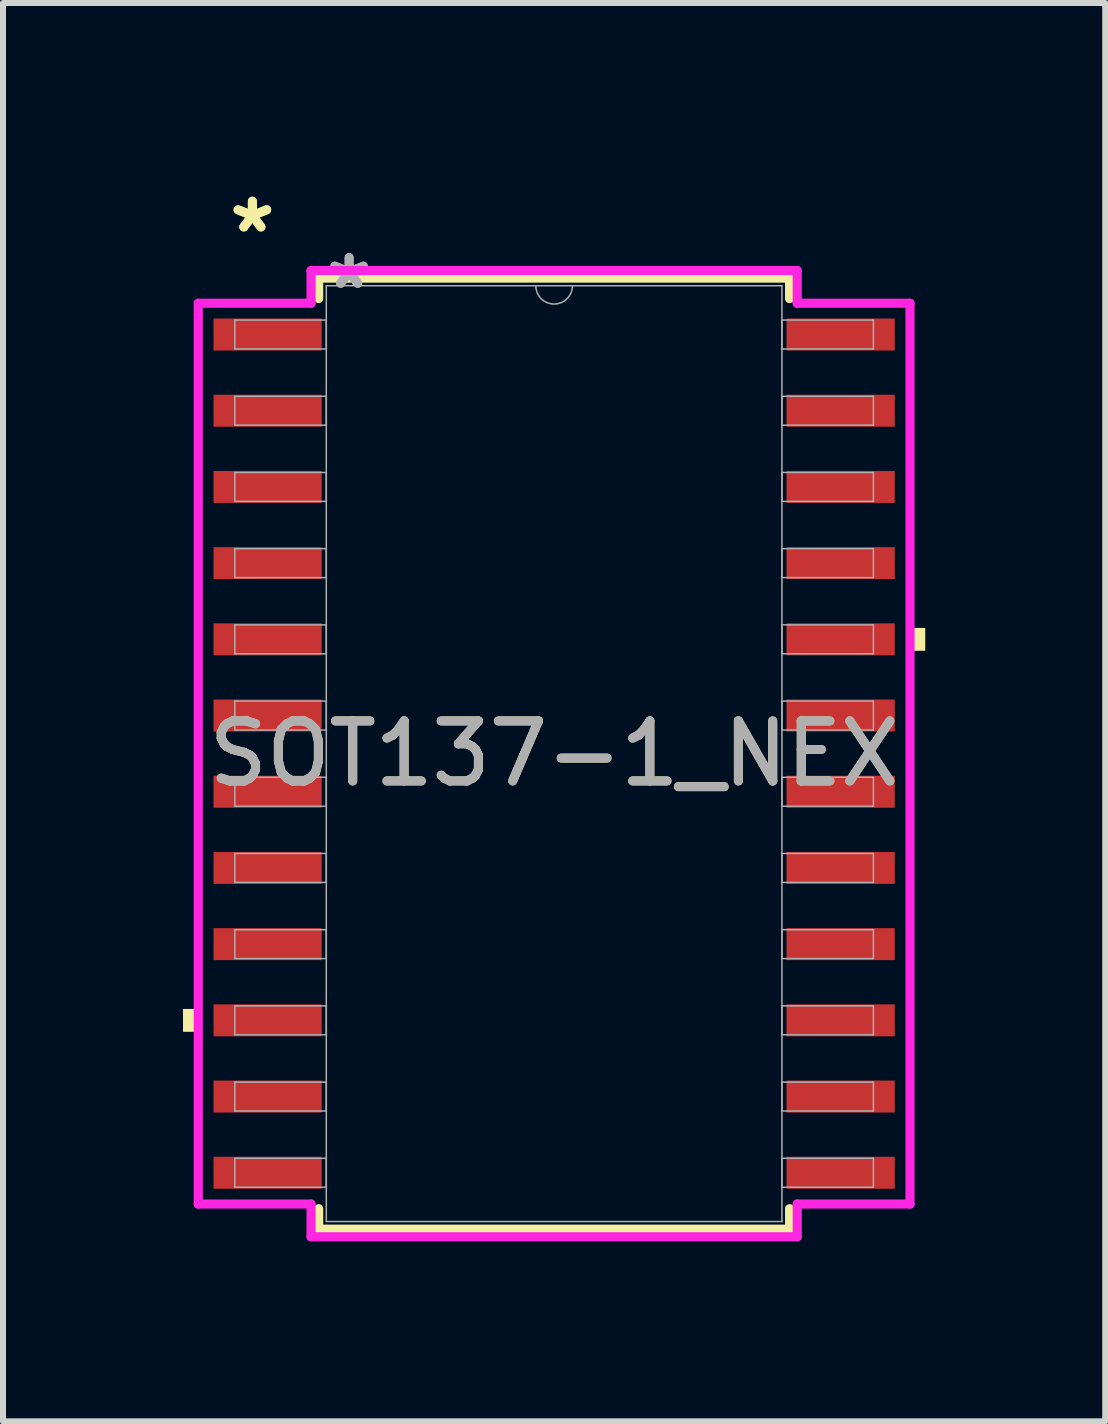
<source format=kicad_pcb>
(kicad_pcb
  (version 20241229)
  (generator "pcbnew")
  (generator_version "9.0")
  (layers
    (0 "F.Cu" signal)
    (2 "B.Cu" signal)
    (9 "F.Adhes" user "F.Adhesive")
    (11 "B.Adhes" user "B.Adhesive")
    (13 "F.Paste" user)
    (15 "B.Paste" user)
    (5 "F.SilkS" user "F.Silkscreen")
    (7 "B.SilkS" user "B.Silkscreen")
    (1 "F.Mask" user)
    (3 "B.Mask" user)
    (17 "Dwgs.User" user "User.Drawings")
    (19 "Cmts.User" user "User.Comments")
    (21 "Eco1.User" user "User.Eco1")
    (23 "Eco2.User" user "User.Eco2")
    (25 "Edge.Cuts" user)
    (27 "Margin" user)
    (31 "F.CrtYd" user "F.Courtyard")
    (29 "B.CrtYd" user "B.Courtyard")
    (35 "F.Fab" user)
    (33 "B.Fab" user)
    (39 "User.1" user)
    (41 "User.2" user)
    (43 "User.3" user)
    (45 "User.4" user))
  (footprint "SOT137-1_NEX"
    (layer "F.Cu")
    (at 6.185 9.51)
    (property "Reference" "SOT137-1_NEX" (at 0 0 0) (unlocked yes) (layer "F.SilkS") (effects (font (size 1 1) (thickness 0.15))))
    (attr smd)
    (fp_line (start -3.924 -7.925) (end -3.924 -7.584) (stroke (width 0.152) (type solid)) (layer "F.SilkS"))
    (fp_line (start -3.924 7.584) (end -3.924 7.925) (stroke (width 0.152) (type solid)) (layer "F.SilkS"))
    (fp_line (start -3.924 7.925) (end 3.924 7.925) (stroke (width 0.152) (type solid)) (layer "F.SilkS"))
    (fp_line (start 3.924 -7.925) (end -3.924 -7.925) (stroke (width 0.152) (type solid)) (layer "F.SilkS"))
    (fp_line (start 3.924 -7.584) (end 3.924 -7.925) (stroke (width 0.152) (type solid)) (layer "F.SilkS"))
    (fp_line (start 3.924 7.925) (end 3.924 7.584) (stroke (width 0.152) (type solid)) (layer "F.SilkS"))
    (fp_poly (pts (xy -6.185 4.255) (xy -6.185 4.636) (xy -5.931 4.636) (xy -5.931 4.255)) (stroke (width 0) (type solid)) (fill yes) (layer "F.SilkS"))
    (fp_poly (pts (xy 6.185 -2.095) (xy 6.185 -1.714) (xy 5.931 -1.714) (xy 5.931 -2.095)) (stroke (width 0) (type solid)) (fill yes) (layer "F.SilkS"))
    (fp_line (start -5.931 -7.506) (end -4.051 -7.506) (stroke (width 0.152) (type solid)) (layer "F.CrtYd"))
    (fp_line (start -5.931 7.506) (end -5.931 -7.506) (stroke (width 0.152) (type solid)) (layer "F.CrtYd"))
    (fp_line (start -5.931 7.506) (end -4.051 7.506) (stroke (width 0.152) (type solid)) (layer "F.CrtYd"))
    (fp_line (start -4.051 -8.052) (end 4.051 -8.052) (stroke (width 0.152) (type solid)) (layer "F.CrtYd"))
    (fp_line (start -4.051 -7.506) (end -4.051 -8.052) (stroke (width 0.152) (type solid)) (layer "F.CrtYd"))
    (fp_line (start -4.051 8.052) (end -4.051 7.506) (stroke (width 0.152) (type solid)) (layer "F.CrtYd"))
    (fp_line (start 4.051 -8.052) (end 4.051 -7.506) (stroke (width 0.152) (type solid)) (layer "F.CrtYd"))
    (fp_line (start 4.051 7.506) (end 4.051 8.052) (stroke (width 0.152) (type solid)) (layer "F.CrtYd"))
    (fp_line (start 4.051 8.052) (end -4.051 8.052) (stroke (width 0.152) (type solid)) (layer "F.CrtYd"))
    (fp_line (start 5.931 -7.506) (end 4.051 -7.506) (stroke (width 0.152) (type solid)) (layer "F.CrtYd"))
    (fp_line (start 5.931 -7.506) (end 5.931 7.506) (stroke (width 0.152) (type solid)) (layer "F.CrtYd"))
    (fp_line (start 5.931 7.506) (end 4.051 7.506) (stroke (width 0.152) (type solid)) (layer "F.CrtYd"))
    (fp_line (start -5.321 -7.226) (end -5.321 -6.744) (stroke (width 0.025) (type solid)) (layer "F.Fab"))
    (fp_line (start -5.321 -6.744) (end -3.797 -6.744) (stroke (width 0.025) (type solid)) (layer "F.Fab"))
    (fp_line (start -5.321 -5.956) (end -5.321 -5.474) (stroke (width 0.025) (type solid)) (layer "F.Fab"))
    (fp_line (start -5.321 -5.474) (end -3.797 -5.474) (stroke (width 0.025) (type solid)) (layer "F.Fab"))
    (fp_line (start -5.321 -4.686) (end -5.321 -4.204) (stroke (width 0.025) (type solid)) (layer "F.Fab"))
    (fp_line (start -5.321 -4.204) (end -3.797 -4.204) (stroke (width 0.025) (type solid)) (layer "F.Fab"))
    (fp_line (start -5.321 -3.416) (end -5.321 -2.934) (stroke (width 0.025) (type solid)) (layer "F.Fab"))
    (fp_line (start -5.321 -2.934) (end -3.797 -2.934) (stroke (width 0.025) (type solid)) (layer "F.Fab"))
    (fp_line (start -5.321 -2.146) (end -5.321 -1.664) (stroke (width 0.025) (type solid)) (layer "F.Fab"))
    (fp_line (start -5.321 -1.664) (end -3.797 -1.664) (stroke (width 0.025) (type solid)) (layer "F.Fab"))
    (fp_line (start -5.321 -0.876) (end -5.321 -0.394) (stroke (width 0.025) (type solid)) (layer "F.Fab"))
    (fp_line (start -5.321 -0.394) (end -3.797 -0.394) (stroke (width 0.025) (type solid)) (layer "F.Fab"))
    (fp_line (start -5.321 0.394) (end -5.321 0.876) (stroke (width 0.025) (type solid)) (layer "F.Fab"))
    (fp_line (start -5.321 0.876) (end -3.797 0.876) (stroke (width 0.025) (type solid)) (layer "F.Fab"))
    (fp_line (start -5.321 1.664) (end -5.321 2.146) (stroke (width 0.025) (type solid)) (layer "F.Fab"))
    (fp_line (start -5.321 2.146) (end -3.797 2.146) (stroke (width 0.025) (type solid)) (layer "F.Fab"))
    (fp_line (start -5.321 2.934) (end -5.321 3.416) (stroke (width 0.025) (type solid)) (layer "F.Fab"))
    (fp_line (start -5.321 3.416) (end -3.797 3.416) (stroke (width 0.025) (type solid)) (layer "F.Fab"))
    (fp_line (start -5.321 4.204) (end -5.321 4.686) (stroke (width 0.025) (type solid)) (layer "F.Fab"))
    (fp_line (start -5.321 4.686) (end -3.797 4.686) (stroke (width 0.025) (type solid)) (layer "F.Fab"))
    (fp_line (start -5.321 5.474) (end -5.321 5.956) (stroke (width 0.025) (type solid)) (layer "F.Fab"))
    (fp_line (start -5.321 5.956) (end -3.797 5.956) (stroke (width 0.025) (type solid)) (layer "F.Fab"))
    (fp_line (start -5.321 6.744) (end -5.321 7.226) (stroke (width 0.025) (type solid)) (layer "F.Fab"))
    (fp_line (start -5.321 7.226) (end -3.797 7.226) (stroke (width 0.025) (type solid)) (layer "F.Fab"))
    (fp_line (start -3.797 -7.798) (end -3.797 7.798) (stroke (width 0.025) (type solid)) (layer "F.Fab"))
    (fp_line (start -3.797 -7.226) (end -5.321 -7.226) (stroke (width 0.025) (type solid)) (layer "F.Fab"))
    (fp_line (start -3.797 -6.744) (end -3.797 -7.226) (stroke (width 0.025) (type solid)) (layer "F.Fab"))
    (fp_line (start -3.797 -5.956) (end -5.321 -5.956) (stroke (width 0.025) (type solid)) (layer "F.Fab"))
    (fp_line (start -3.797 -5.474) (end -3.797 -5.956) (stroke (width 0.025) (type solid)) (layer "F.Fab"))
    (fp_line (start -3.797 -4.686) (end -5.321 -4.686) (stroke (width 0.025) (type solid)) (layer "F.Fab"))
    (fp_line (start -3.797 -4.204) (end -3.797 -4.686) (stroke (width 0.025) (type solid)) (layer "F.Fab"))
    (fp_line (start -3.797 -3.416) (end -5.321 -3.416) (stroke (width 0.025) (type solid)) (layer "F.Fab"))
    (fp_line (start -3.797 -2.934) (end -3.797 -3.416) (stroke (width 0.025) (type solid)) (layer "F.Fab"))
    (fp_line (start -3.797 -2.146) (end -5.321 -2.146) (stroke (width 0.025) (type solid)) (layer "F.Fab"))
    (fp_line (start -3.797 -1.664) (end -3.797 -2.146) (stroke (width 0.025) (type solid)) (layer "F.Fab"))
    (fp_line (start -3.797 -0.876) (end -5.321 -0.876) (stroke (width 0.025) (type solid)) (layer "F.Fab"))
    (fp_line (start -3.797 -0.394) (end -3.797 -0.876) (stroke (width 0.025) (type solid)) (layer "F.Fab"))
    (fp_line (start -3.797 0.394) (end -5.321 0.394) (stroke (width 0.025) (type solid)) (layer "F.Fab"))
    (fp_line (start -3.797 0.876) (end -3.797 0.394) (stroke (width 0.025) (type solid)) (layer "F.Fab"))
    (fp_line (start -3.797 1.664) (end -5.321 1.664) (stroke (width 0.025) (type solid)) (layer "F.Fab"))
    (fp_line (start -3.797 2.146) (end -3.797 1.664) (stroke (width 0.025) (type solid)) (layer "F.Fab"))
    (fp_line (start -3.797 2.934) (end -5.321 2.934) (stroke (width 0.025) (type solid)) (layer "F.Fab"))
    (fp_line (start -3.797 3.416) (end -3.797 2.934) (stroke (width 0.025) (type solid)) (layer "F.Fab"))
    (fp_line (start -3.797 4.204) (end -5.321 4.204) (stroke (width 0.025) (type solid)) (layer "F.Fab"))
    (fp_line (start -3.797 4.686) (end -3.797 4.204) (stroke (width 0.025) (type solid)) (layer "F.Fab"))
    (fp_line (start -3.797 5.474) (end -5.321 5.474) (stroke (width 0.025) (type solid)) (layer "F.Fab"))
    (fp_line (start -3.797 5.956) (end -3.797 5.474) (stroke (width 0.025) (type solid)) (layer "F.Fab"))
    (fp_line (start -3.797 6.744) (end -5.321 6.744) (stroke (width 0.025) (type solid)) (layer "F.Fab"))
    (fp_line (start -3.797 7.226) (end -3.797 6.744) (stroke (width 0.025) (type solid)) (layer "F.Fab"))
    (fp_line (start -3.797 7.798) (end 3.797 7.798) (stroke (width 0.025) (type solid)) (layer "F.Fab"))
    (fp_line (start 3.797 -7.798) (end -3.797 -7.798) (stroke (width 0.025) (type solid)) (layer "F.Fab"))
    (fp_line (start 3.797 -7.226) (end 3.797 -6.744) (stroke (width 0.025) (type solid)) (layer "F.Fab"))
    (fp_line (start 3.797 -6.744) (end 5.321 -6.744) (stroke (width 0.025) (type solid)) (layer "F.Fab"))
    (fp_line (start 3.797 -5.956) (end 3.797 -5.474) (stroke (width 0.025) (type solid)) (layer "F.Fab"))
    (fp_line (start 3.797 -5.474) (end 5.321 -5.474) (stroke (width 0.025) (type solid)) (layer "F.Fab"))
    (fp_line (start 3.797 -4.686) (end 3.797 -4.204) (stroke (width 0.025) (type solid)) (layer "F.Fab"))
    (fp_line (start 3.797 -4.204) (end 5.321 -4.204) (stroke (width 0.025) (type solid)) (layer "F.Fab"))
    (fp_line (start 3.797 -3.416) (end 3.797 -2.934) (stroke (width 0.025) (type solid)) (layer "F.Fab"))
    (fp_line (start 3.797 -2.934) (end 5.321 -2.934) (stroke (width 0.025) (type solid)) (layer "F.Fab"))
    (fp_line (start 3.797 -2.146) (end 3.797 -1.664) (stroke (width 0.025) (type solid)) (layer "F.Fab"))
    (fp_line (start 3.797 -1.664) (end 5.321 -1.664) (stroke (width 0.025) (type solid)) (layer "F.Fab"))
    (fp_line (start 3.797 -0.876) (end 3.797 -0.394) (stroke (width 0.025) (type solid)) (layer "F.Fab"))
    (fp_line (start 3.797 -0.394) (end 5.321 -0.394) (stroke (width 0.025) (type solid)) (layer "F.Fab"))
    (fp_line (start 3.797 0.394) (end 3.797 0.876) (stroke (width 0.025) (type solid)) (layer "F.Fab"))
    (fp_line (start 3.797 0.876) (end 5.321 0.876) (stroke (width 0.025) (type solid)) (layer "F.Fab"))
    (fp_line (start 3.797 1.664) (end 3.797 2.146) (stroke (width 0.025) (type solid)) (layer "F.Fab"))
    (fp_line (start 3.797 2.146) (end 5.321 2.146) (stroke (width 0.025) (type solid)) (layer "F.Fab"))
    (fp_line (start 3.797 2.934) (end 3.797 3.416) (stroke (width 0.025) (type solid)) (layer "F.Fab"))
    (fp_line (start 3.797 3.416) (end 5.321 3.416) (stroke (width 0.025) (type solid)) (layer "F.Fab"))
    (fp_line (start 3.797 4.204) (end 3.797 4.686) (stroke (width 0.025) (type solid)) (layer "F.Fab"))
    (fp_line (start 3.797 4.686) (end 5.321 4.686) (stroke (width 0.025) (type solid)) (layer "F.Fab"))
    (fp_line (start 3.797 5.474) (end 3.797 5.956) (stroke (width 0.025) (type solid)) (layer "F.Fab"))
    (fp_line (start 3.797 5.956) (end 5.321 5.956) (stroke (width 0.025) (type solid)) (layer "F.Fab"))
    (fp_line (start 3.797 6.744) (end 3.797 7.226) (stroke (width 0.025) (type solid)) (layer "F.Fab"))
    (fp_line (start 3.797 7.226) (end 5.321 7.226) (stroke (width 0.025) (type solid)) (layer "F.Fab"))
    (fp_line (start 3.797 7.798) (end 3.797 -7.798) (stroke (width 0.025) (type solid)) (layer "F.Fab"))
    (fp_line (start 5.321 -7.226) (end 3.797 -7.226) (stroke (width 0.025) (type solid)) (layer "F.Fab"))
    (fp_line (start 5.321 -6.744) (end 5.321 -7.226) (stroke (width 0.025) (type solid)) (layer "F.Fab"))
    (fp_line (start 5.321 -5.956) (end 3.797 -5.956) (stroke (width 0.025) (type solid)) (layer "F.Fab"))
    (fp_line (start 5.321 -5.474) (end 5.321 -5.956) (stroke (width 0.025) (type solid)) (layer "F.Fab"))
    (fp_line (start 5.321 -4.686) (end 3.797 -4.686) (stroke (width 0.025) (type solid)) (layer "F.Fab"))
    (fp_line (start 5.321 -4.204) (end 5.321 -4.686) (stroke (width 0.025) (type solid)) (layer "F.Fab"))
    (fp_line (start 5.321 -3.416) (end 3.797 -3.416) (stroke (width 0.025) (type solid)) (layer "F.Fab"))
    (fp_line (start 5.321 -2.934) (end 5.321 -3.416) (stroke (width 0.025) (type solid)) (layer "F.Fab"))
    (fp_line (start 5.321 -2.146) (end 3.797 -2.146) (stroke (width 0.025) (type solid)) (layer "F.Fab"))
    (fp_line (start 5.321 -1.664) (end 5.321 -2.146) (stroke (width 0.025) (type solid)) (layer "F.Fab"))
    (fp_line (start 5.321 -0.876) (end 3.797 -0.876) (stroke (width 0.025) (type solid)) (layer "F.Fab"))
    (fp_line (start 5.321 -0.394) (end 5.321 -0.876) (stroke (width 0.025) (type solid)) (layer "F.Fab"))
    (fp_line (start 5.321 0.394) (end 3.797 0.394) (stroke (width 0.025) (type solid)) (layer "F.Fab"))
    (fp_line (start 5.321 0.876) (end 5.321 0.394) (stroke (width 0.025) (type solid)) (layer "F.Fab"))
    (fp_line (start 5.321 1.664) (end 3.797 1.664) (stroke (width 0.025) (type solid)) (layer "F.Fab"))
    (fp_line (start 5.321 2.146) (end 5.321 1.664) (stroke (width 0.025) (type solid)) (layer "F.Fab"))
    (fp_line (start 5.321 2.934) (end 3.797 2.934) (stroke (width 0.025) (type solid)) (layer "F.Fab"))
    (fp_line (start 5.321 3.416) (end 5.321 2.934) (stroke (width 0.025) (type solid)) (layer "F.Fab"))
    (fp_line (start 5.321 4.204) (end 3.797 4.204) (stroke (width 0.025) (type solid)) (layer "F.Fab"))
    (fp_line (start 5.321 4.686) (end 5.321 4.204) (stroke (width 0.025) (type solid)) (layer "F.Fab"))
    (fp_line (start 5.321 5.474) (end 3.797 5.474) (stroke (width 0.025) (type solid)) (layer "F.Fab"))
    (fp_line (start 5.321 5.956) (end 5.321 5.474) (stroke (width 0.025) (type solid)) (layer "F.Fab"))
    (fp_line (start 5.321 6.744) (end 3.797 6.744) (stroke (width 0.025) (type solid)) (layer "F.Fab"))
    (fp_line (start 5.321 7.226) (end 5.321 6.744) (stroke (width 0.025) (type solid)) (layer "F.Fab"))
    (fp_arc (start 0.3048 -7.7978) (mid 0 -7.493) (end -0.3048 -7.7978) (stroke (width 0.0254) (type solid)) (layer "F.Fab"))
    (fp_text user "*" (at -5.029 -8.661 0) (layer "F.SilkS") (effects (font (size 1 1) (thickness 0.15))))
    (fp_text user "*" (at -5.029 -8.661 0) (unlocked yes) (layer "F.SilkS") (effects (font (size 1 1) (thickness 0.15))))
    (fp_text user "*" (at -3.416 -7.722 0) (layer "F.Fab") (effects (font (size 1 1) (thickness 0.15))))
    (fp_text user "*" (at -3.416 -7.722 0) (unlocked yes) (layer "F.Fab") (effects (font (size 1 1) (thickness 0.15))))
    (fp_text user "${REFERENCE}" (at 0 0 0) (unlocked yes) (layer "F.Fab") (effects (font (size 1 1) (thickness 0.15))))
    (pad "1" smd rect (at -4.775 -6.985) (size 1.803 0.533) (layers "F.Cu" "F.Mask" "F.Paste"))
    (pad "2" smd rect (at -4.775 -5.715) (size 1.803 0.533) (layers "F.Cu" "F.Mask" "F.Paste"))
    (pad "3" smd rect (at -4.775 -4.445) (size 1.803 0.533) (layers "F.Cu" "F.Mask" "F.Paste"))
    (pad "4" smd rect (at -4.775 -3.175) (size 1.803 0.533) (layers "F.Cu" "F.Mask" "F.Paste"))
    (pad "5" smd rect (at -4.775 -1.905) (size 1.803 0.533) (layers "F.Cu" "F.Mask" "F.Paste"))
    (pad "6" smd rect (at -4.775 -0.635) (size 1.803 0.533) (layers "F.Cu" "F.Mask" "F.Paste"))
    (pad "7" smd rect (at -4.775 0.635) (size 1.803 0.533) (layers "F.Cu" "F.Mask" "F.Paste"))
    (pad "8" smd rect (at -4.775 1.905) (size 1.803 0.533) (layers "F.Cu" "F.Mask" "F.Paste"))
    (pad "9" smd rect (at -4.775 3.175) (size 1.803 0.533) (layers "F.Cu" "F.Mask" "F.Paste"))
    (pad "10" smd rect (at -4.775 4.445) (size 1.803 0.533) (layers "F.Cu" "F.Mask" "F.Paste"))
    (pad "11" smd rect (at -4.775 5.715) (size 1.803 0.533) (layers "F.Cu" "F.Mask" "F.Paste"))
    (pad "12" smd rect (at -4.775 6.985) (size 1.803 0.533) (layers "F.Cu" "F.Mask" "F.Paste"))
    (pad "13" smd rect (at 4.775 6.985) (size 1.803 0.533) (layers "F.Cu" "F.Mask" "F.Paste"))
    (pad "14" smd rect (at 4.775 5.715) (size 1.803 0.533) (layers "F.Cu" "F.Mask" "F.Paste"))
    (pad "15" smd rect (at 4.775 4.445) (size 1.803 0.533) (layers "F.Cu" "F.Mask" "F.Paste"))
    (pad "16" smd rect (at 4.775 3.175) (size 1.803 0.533) (layers "F.Cu" "F.Mask" "F.Paste"))
    (pad "17" smd rect (at 4.775 1.905) (size 1.803 0.533) (layers "F.Cu" "F.Mask" "F.Paste"))
    (pad "18" smd rect (at 4.775 0.635) (size 1.803 0.533) (layers "F.Cu" "F.Mask" "F.Paste"))
    (pad "19" smd rect (at 4.775 -0.635) (size 1.803 0.533) (layers "F.Cu" "F.Mask" "F.Paste"))
    (pad "20" smd rect (at 4.775 -1.905) (size 1.803 0.533) (layers "F.Cu" "F.Mask" "F.Paste"))
    (pad "21" smd rect (at 4.775 -3.175) (size 1.803 0.533) (layers "F.Cu" "F.Mask" "F.Paste"))
    (pad "22" smd rect (at 4.775 -4.445) (size 1.803 0.533) (layers "F.Cu" "F.Mask" "F.Paste"))
    (pad "23" smd rect (at 4.775 -5.715) (size 1.803 0.533) (layers "F.Cu" "F.Mask" "F.Paste"))
    (pad "24" smd rect (at 4.775 -6.985) (size 1.803 0.533) (layers "F.Cu" "F.Mask" "F.Paste")))
  (gr_rect
    (start -3 -3)
    (end 15.37 20.638)
    (stroke (width 0.1) (type default))
    (fill no)
    (layer "Edge.Cuts")))
</source>
